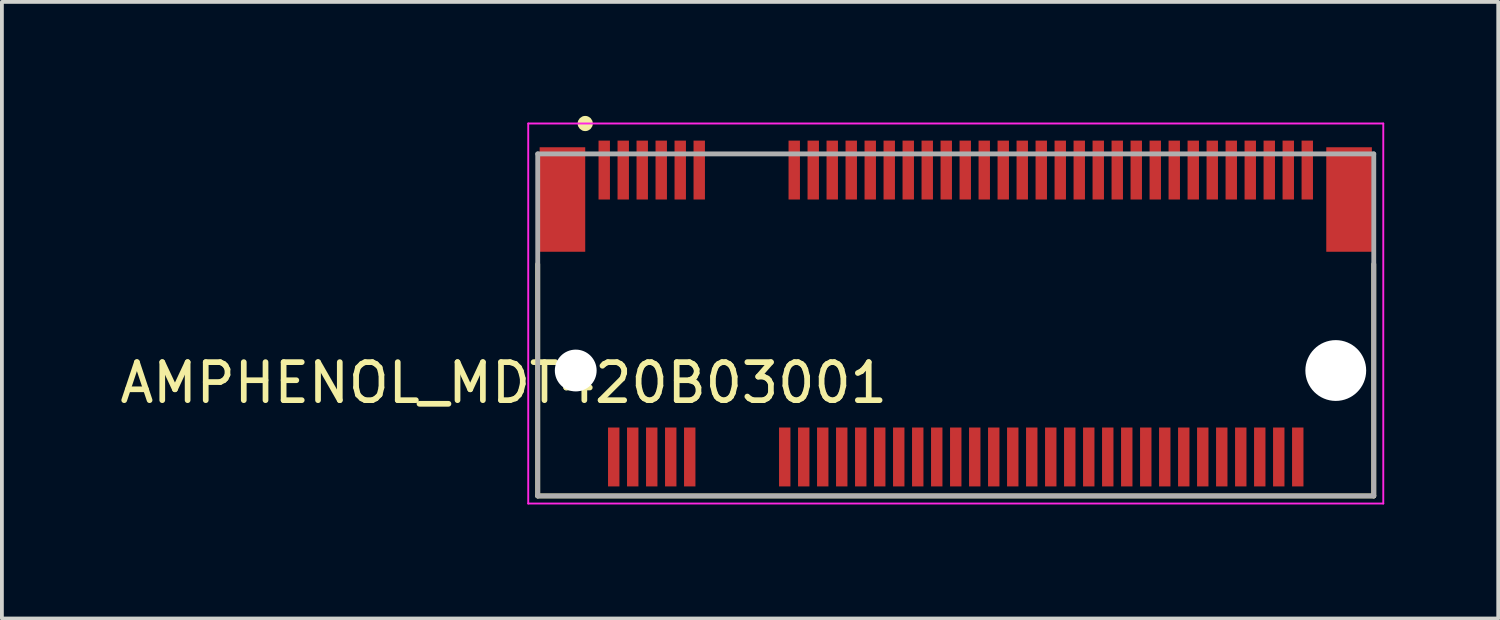
<source format=kicad_pcb>
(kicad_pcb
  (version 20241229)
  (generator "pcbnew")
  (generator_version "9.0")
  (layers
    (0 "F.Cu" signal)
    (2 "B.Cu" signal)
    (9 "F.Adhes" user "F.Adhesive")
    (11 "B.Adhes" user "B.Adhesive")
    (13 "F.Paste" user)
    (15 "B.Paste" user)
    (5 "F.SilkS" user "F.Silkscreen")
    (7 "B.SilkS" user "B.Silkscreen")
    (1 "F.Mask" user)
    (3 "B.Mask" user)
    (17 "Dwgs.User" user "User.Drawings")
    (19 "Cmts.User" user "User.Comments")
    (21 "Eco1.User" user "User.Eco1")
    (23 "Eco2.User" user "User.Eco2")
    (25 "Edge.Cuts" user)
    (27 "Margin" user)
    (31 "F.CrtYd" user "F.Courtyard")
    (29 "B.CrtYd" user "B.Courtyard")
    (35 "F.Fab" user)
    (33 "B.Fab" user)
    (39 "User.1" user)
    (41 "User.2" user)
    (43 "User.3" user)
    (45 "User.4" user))
  (footprint "AMPHENOL_MDT420B03001"
    (layer "F.Cu")
    (at 22.1 6.7)
    (property "Reference" "AMPHENOL_MDT420B03001" (at -11.895 0.325 180) (layer "F.SilkS") (effects (font (size 1.001 1.001) (thickness 0.15))))
    (attr smd)
    (fp_line (start -11 -2.8) (end -11 3.3) (stroke (width 0.127) (type solid)) (layer "F.SilkS"))
    (fp_line (start 11 -2.8) (end 11 3.3) (stroke (width 0.127) (type solid)) (layer "F.SilkS"))
    (fp_line (start 11 3.3) (end -11 3.3) (stroke (width 0.127) (type solid)) (layer "F.SilkS"))
    (fp_circle (center -9.75 -6.5) (end -9.65 -6.5) (stroke (width 0.2) (type solid)) (fill no) (layer "F.SilkS"))
    (fp_line (start -11.25 -6.5) (end 11.25 -6.5) (stroke (width 0.05) (type solid)) (layer "F.CrtYd"))
    (fp_line (start -11.25 3.5) (end -11.25 -6.5) (stroke (width 0.05) (type solid)) (layer "F.CrtYd"))
    (fp_line (start 11.25 -6.5) (end 11.25 3.5) (stroke (width 0.05) (type solid)) (layer "F.CrtYd"))
    (fp_line (start 11.25 3.5) (end -11.25 3.5) (stroke (width 0.05) (type solid)) (layer "F.CrtYd"))
    (fp_line (start -11 -5.7) (end 11 -5.7) (stroke (width 0.127) (type solid)) (layer "F.Fab"))
    (fp_line (start -11 3.3) (end -11 -5.7) (stroke (width 0.127) (type solid)) (layer "F.Fab"))
    (fp_line (start 11 -5.7) (end 11 3.3) (stroke (width 0.127) (type solid)) (layer "F.Fab"))
    (fp_line (start 11 3.3) (end -11 3.3) (stroke (width 0.127) (type solid)) (layer "F.Fab"))
    (pad "" np_thru_hole circle (at -10 0) (size 1.1 1.1) (drill 1.1) (layers "*.Cu" "*.Mask"))
    (pad "" np_thru_hole circle (at 10 0) (size 1.6 1.6) (drill 1.6) (layers "*.Cu" "*.Mask"))
    (pad "1" smd rect (at -9.25 -5.275) (size 0.3 1.55) (layers "F.Cu" "F.Mask" "F.Paste"))
    (pad "2" smd rect (at -9 2.275) (size 0.3 1.55) (layers "F.Cu" "F.Mask" "F.Paste"))
    (pad "3" smd rect (at -8.75 -5.275) (size 0.3 1.55) (layers "F.Cu" "F.Mask" "F.Paste"))
    (pad "4" smd rect (at -8.5 2.275) (size 0.3 1.55) (layers "F.Cu" "F.Mask" "F.Paste"))
    (pad "5" smd rect (at -8.25 -5.275) (size 0.3 1.55) (layers "F.Cu" "F.Mask" "F.Paste"))
    (pad "6" smd rect (at -8 2.275) (size 0.3 1.55) (layers "F.Cu" "F.Mask" "F.Paste"))
    (pad "7" smd rect (at -7.75 -5.275) (size 0.3 1.55) (layers "F.Cu" "F.Mask" "F.Paste"))
    (pad "8" smd rect (at -7.5 2.275) (size 0.3 1.55) (layers "F.Cu" "F.Mask" "F.Paste"))
    (pad "9" smd rect (at -7.25 -5.275) (size 0.3 1.55) (layers "F.Cu" "F.Mask" "F.Paste"))
    (pad "10" smd rect (at -7 2.275) (size 0.3 1.55) (layers "F.Cu" "F.Mask" "F.Paste"))
    (pad "11" smd rect (at -6.75 -5.275) (size 0.3 1.55) (layers "F.Cu" "F.Mask" "F.Paste"))
    (pad "20" smd rect (at -4.5 2.275) (size 0.3 1.55) (layers "F.Cu" "F.Mask" "F.Paste"))
    (pad "21" smd rect (at -4.25 -5.275) (size 0.3 1.55) (layers "F.Cu" "F.Mask" "F.Paste"))
    (pad "22" smd rect (at -4 2.275) (size 0.3 1.55) (layers "F.Cu" "F.Mask" "F.Paste"))
    (pad "23" smd rect (at -3.75 -5.275) (size 0.3 1.55) (layers "F.Cu" "F.Mask" "F.Paste"))
    (pad "24" smd rect (at -3.5 2.275) (size 0.3 1.55) (layers "F.Cu" "F.Mask" "F.Paste"))
    (pad "25" smd rect (at -3.25 -5.275) (size 0.3 1.55) (layers "F.Cu" "F.Mask" "F.Paste"))
    (pad "26" smd rect (at -3 2.275) (size 0.3 1.55) (layers "F.Cu" "F.Mask" "F.Paste"))
    (pad "27" smd rect (at -2.75 -5.275) (size 0.3 1.55) (layers "F.Cu" "F.Mask" "F.Paste"))
    (pad "28" smd rect (at -2.5 2.275) (size 0.3 1.55) (layers "F.Cu" "F.Mask" "F.Paste"))
    (pad "29" smd rect (at -2.25 -5.275) (size 0.3 1.55) (layers "F.Cu" "F.Mask" "F.Paste"))
    (pad "30" smd rect (at -2 2.275) (size 0.3 1.55) (layers "F.Cu" "F.Mask" "F.Paste"))
    (pad "31" smd rect (at -1.75 -5.275) (size 0.3 1.55) (layers "F.Cu" "F.Mask" "F.Paste"))
    (pad "32" smd rect (at -1.5 2.275) (size 0.3 1.55) (layers "F.Cu" "F.Mask" "F.Paste"))
    (pad "33" smd rect (at -1.25 -5.275) (size 0.3 1.55) (layers "F.Cu" "F.Mask" "F.Paste"))
    (pad "34" smd rect (at -1 2.275) (size 0.3 1.55) (layers "F.Cu" "F.Mask" "F.Paste"))
    (pad "35" smd rect (at -0.75 -5.275) (size 0.3 1.55) (layers "F.Cu" "F.Mask" "F.Paste"))
    (pad "36" smd rect (at -0.5 2.275) (size 0.3 1.55) (layers "F.Cu" "F.Mask" "F.Paste"))
    (pad "37" smd rect (at -0.25 -5.275) (size 0.3 1.55) (layers "F.Cu" "F.Mask" "F.Paste"))
    (pad "38" smd rect (at 0 2.275) (size 0.3 1.55) (layers "F.Cu" "F.Mask" "F.Paste"))
    (pad "39" smd rect (at 0.25 -5.275) (size 0.3 1.55) (layers "F.Cu" "F.Mask" "F.Paste"))
    (pad "40" smd rect (at 0.5 2.275) (size 0.3 1.55) (layers "F.Cu" "F.Mask" "F.Paste"))
    (pad "41" smd rect (at 0.75 -5.275) (size 0.3 1.55) (layers "F.Cu" "F.Mask" "F.Paste"))
    (pad "42" smd rect (at 1 2.275) (size 0.3 1.55) (layers "F.Cu" "F.Mask" "F.Paste"))
    (pad "43" smd rect (at 1.25 -5.275) (size 0.3 1.55) (layers "F.Cu" "F.Mask" "F.Paste"))
    (pad "44" smd rect (at 1.5 2.275) (size 0.3 1.55) (layers "F.Cu" "F.Mask" "F.Paste"))
    (pad "45" smd rect (at 1.75 -5.275) (size 0.3 1.55) (layers "F.Cu" "F.Mask" "F.Paste"))
    (pad "46" smd rect (at 2 2.275) (size 0.3 1.55) (layers "F.Cu" "F.Mask" "F.Paste"))
    (pad "47" smd rect (at 2.25 -5.275) (size 0.3 1.55) (layers "F.Cu" "F.Mask" "F.Paste"))
    (pad "48" smd rect (at 2.5 2.275) (size 0.3 1.55) (layers "F.Cu" "F.Mask" "F.Paste"))
    (pad "49" smd rect (at 2.75 -5.275) (size 0.3 1.55) (layers "F.Cu" "F.Mask" "F.Paste"))
    (pad "50" smd rect (at 3 2.275) (size 0.3 1.55) (layers "F.Cu" "F.Mask" "F.Paste"))
    (pad "51" smd rect (at 3.25 -5.275) (size 0.3 1.55) (layers "F.Cu" "F.Mask" "F.Paste"))
    (pad "52" smd rect (at 3.5 2.275) (size 0.3 1.55) (layers "F.Cu" "F.Mask" "F.Paste"))
    (pad "53" smd rect (at 3.75 -5.275) (size 0.3 1.55) (layers "F.Cu" "F.Mask" "F.Paste"))
    (pad "54" smd rect (at 4 2.275) (size 0.3 1.55) (layers "F.Cu" "F.Mask" "F.Paste"))
    (pad "55" smd rect (at 4.25 -5.275) (size 0.3 1.55) (layers "F.Cu" "F.Mask" "F.Paste"))
    (pad "56" smd rect (at 4.5 2.275) (size 0.3 1.55) (layers "F.Cu" "F.Mask" "F.Paste"))
    (pad "57" smd rect (at 4.75 -5.275) (size 0.3 1.55) (layers "F.Cu" "F.Mask" "F.Paste"))
    (pad "58" smd rect (at 5 2.275) (size 0.3 1.55) (layers "F.Cu" "F.Mask" "F.Paste"))
    (pad "59" smd rect (at 5.25 -5.275) (size 0.3 1.55) (layers "F.Cu" "F.Mask" "F.Paste"))
    (pad "60" smd rect (at 5.5 2.275) (size 0.3 1.55) (layers "F.Cu" "F.Mask" "F.Paste"))
    (pad "61" smd rect (at 5.75 -5.275) (size 0.3 1.55) (layers "F.Cu" "F.Mask" "F.Paste"))
    (pad "62" smd rect (at 6 2.275) (size 0.3 1.55) (layers "F.Cu" "F.Mask" "F.Paste"))
    (pad "63" smd rect (at 6.25 -5.275) (size 0.3 1.55) (layers "F.Cu" "F.Mask" "F.Paste"))
    (pad "64" smd rect (at 6.5 2.275) (size 0.3 1.55) (layers "F.Cu" "F.Mask" "F.Paste"))
    (pad "65" smd rect (at 6.75 -5.275) (size 0.3 1.55) (layers "F.Cu" "F.Mask" "F.Paste"))
    (pad "66" smd rect (at 7 2.275) (size 0.3 1.55) (layers "F.Cu" "F.Mask" "F.Paste"))
    (pad "67" smd rect (at 7.25 -5.275) (size 0.3 1.55) (layers "F.Cu" "F.Mask" "F.Paste"))
    (pad "68" smd rect (at 7.5 2.275) (size 0.3 1.55) (layers "F.Cu" "F.Mask" "F.Paste"))
    (pad "69" smd rect (at 7.75 -5.275) (size 0.3 1.55) (layers "F.Cu" "F.Mask" "F.Paste"))
    (pad "70" smd rect (at 8 2.275) (size 0.3 1.55) (layers "F.Cu" "F.Mask" "F.Paste"))
    (pad "71" smd rect (at 8.25 -5.275) (size 0.3 1.55) (layers "F.Cu" "F.Mask" "F.Paste"))
    (pad "72" smd rect (at 8.5 2.275) (size 0.3 1.55) (layers "F.Cu" "F.Mask" "F.Paste"))
    (pad "73" smd rect (at 8.75 -5.275) (size 0.3 1.55) (layers "F.Cu" "F.Mask" "F.Paste"))
    (pad "74" smd rect (at 9 2.275) (size 0.3 1.55) (layers "F.Cu" "F.Mask" "F.Paste"))
    (pad "75" smd rect (at 9.25 -5.275) (size 0.3 1.55) (layers "F.Cu" "F.Mask" "F.Paste"))
    (pad "P1" smd rect (at -10.35 -4.5) (size 1.2 2.75) (layers "F.Cu" "F.Mask" "F.Paste"))
    (pad "P2" smd rect (at 10.35 -4.5) (size 1.2 2.75) (layers "F.Cu" "F.Mask" "F.Paste")))
  (gr_rect
    (start -3 -3)
    (end 36.375 13.225)
    (stroke (width 0.1) (type default))
    (fill no)
    (layer "Edge.Cuts")))
</source>
